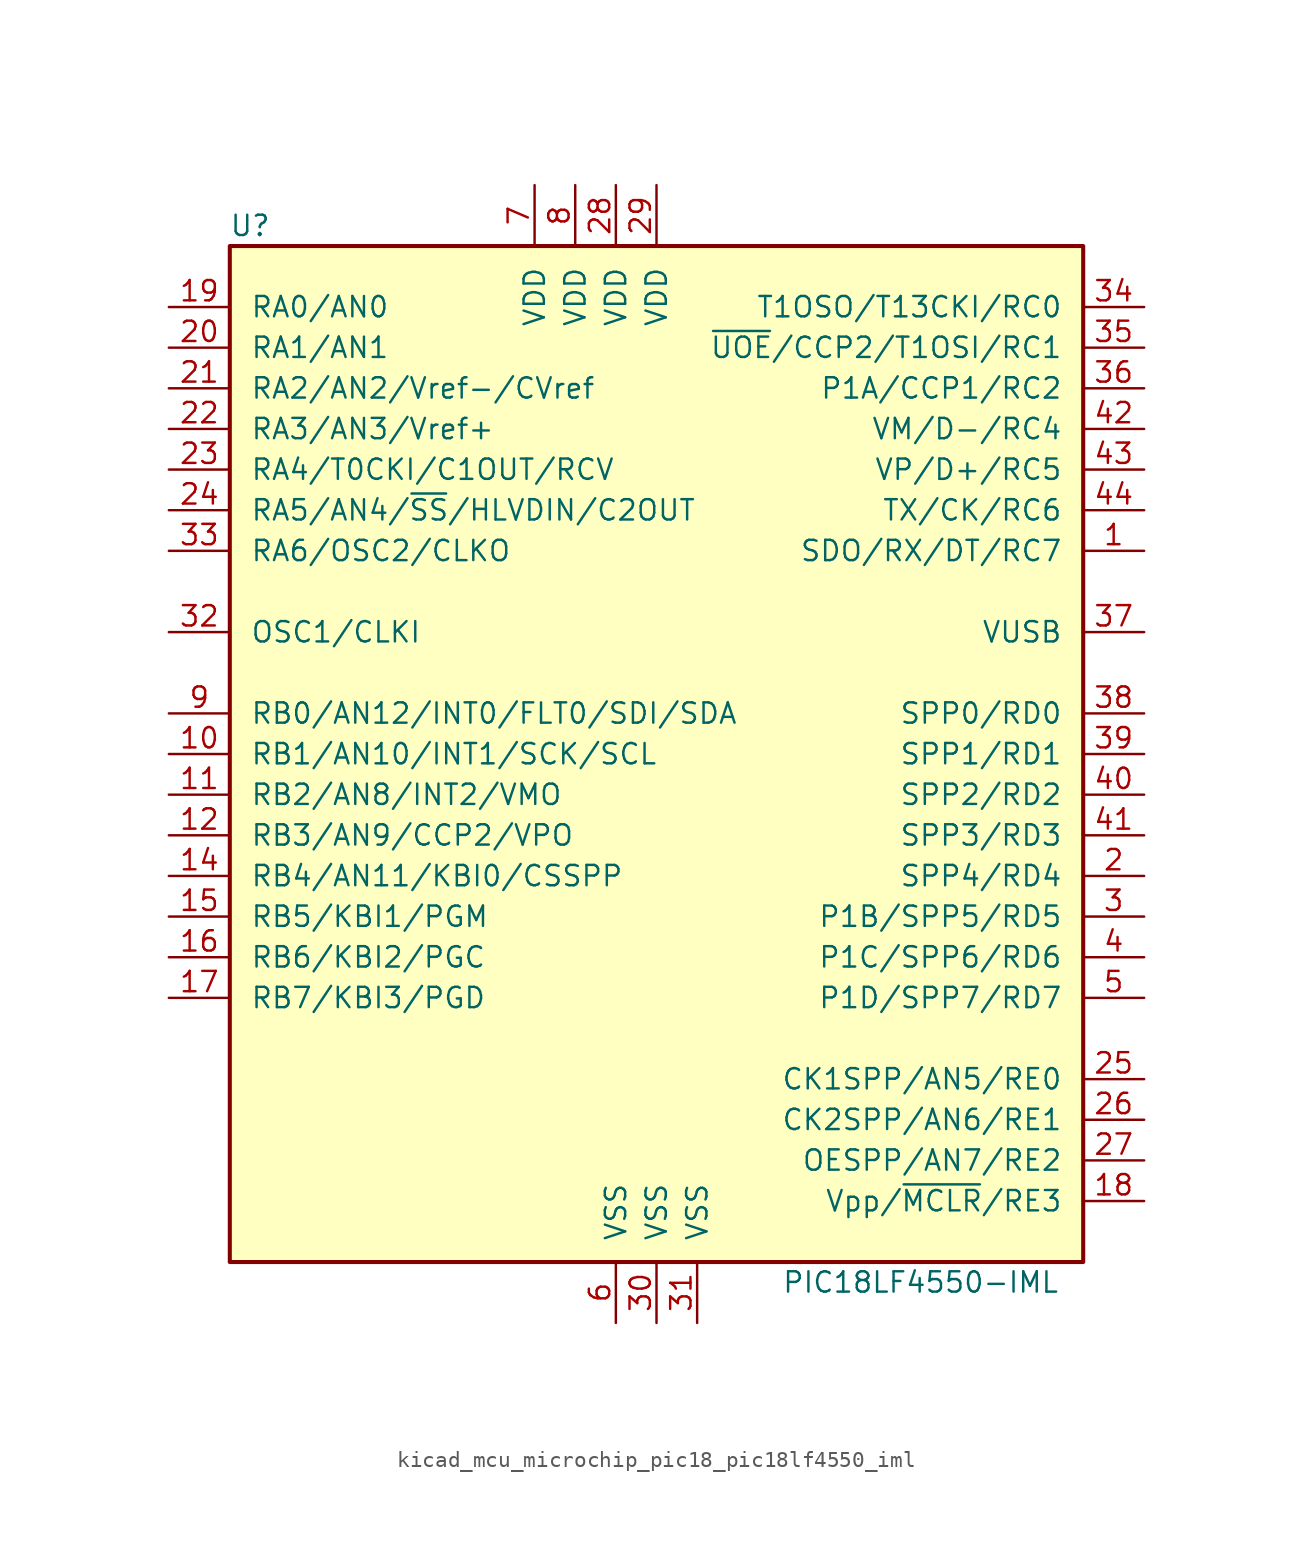
<source format=kicad_sym>
(kicad_symbol_lib
  (version 20220914)
  (generator kicad_symbol_editor)
  (symbol "kicad_mcu_microchip_pic18_pic18lf4550_iml"
    (pin_names
      (offset 1.27))
    (property "Reference" "U"
      (at -25.4 33.02 0)
      (effects (font (size 1.27 1.27))))
    (property "Value" "PIC18LF4550-IML"
      (at 16.51 -33.02 0)
      (effects (font (size 1.27 1.27))))
    (symbol "kicad_mcu_microchip_pic18_pic18lf4550_iml_0_1"
      (rectangle (start -26.67 31.75) (end 26.67 -31.75) (stroke (width 0.254) (type default)) (fill (type background))))
    (symbol "kicad_mcu_microchip_pic18_pic18lf4550_iml_1_1"
      (pin bidirectional line (at 30.48 12.7 180) (length 3.81) (name "SDO/RX/DT/RC7" (effects (font (size 1.27 1.27)))) (number "1" (effects (font (size 1.27 1.27)))))
      (pin bidirectional line (at -30.48 0 0) (length 3.81) (name "RB1/AN10/INT1/SCK/SCL" (effects (font (size 1.27 1.27)))) (number "10" (effects (font (size 1.27 1.27)))))
      (pin bidirectional line (at -30.48 -2.54 0) (length 3.81) (name "RB2/AN8/INT2/VMO" (effects (font (size 1.27 1.27)))) (number "11" (effects (font (size 1.27 1.27)))))
      (pin bidirectional line (at -30.48 -5.08 0) (length 3.81) (name "RB3/AN9/CCP2/VPO" (effects (font (size 1.27 1.27)))) (number "12" (effects (font (size 1.27 1.27)))))
      (pin no_connect line (at -7.62 -31.75 90) (length 3.81) hide (name "NC" (effects (font (size 1.27 1.27)))) (number "13" (effects (font (size 1.27 1.27)))))
      (pin bidirectional line (at -30.48 -7.62 0) (length 3.81) (name "RB4/AN11/KBI0/CSSPP" (effects (font (size 1.27 1.27)))) (number "14" (effects (font (size 1.27 1.27)))))
      (pin bidirectional line (at -30.48 -10.16 0) (length 3.81) (name "RB5/KBI1/PGM" (effects (font (size 1.27 1.27)))) (number "15" (effects (font (size 1.27 1.27)))))
      (pin bidirectional line (at -30.48 -12.7 0) (length 3.81) (name "RB6/KBI2/PGC" (effects (font (size 1.27 1.27)))) (number "16" (effects (font (size 1.27 1.27)))))
      (pin bidirectional line (at -30.48 -15.24 0) (length 3.81) (name "RB7/KBI3/PGD" (effects (font (size 1.27 1.27)))) (number "17" (effects (font (size 1.27 1.27)))))
      (pin input line (at 30.48 -27.94 180) (length 3.81) (name "Vpp/~{MCLR}/RE3" (effects (font (size 1.27 1.27)))) (number "18" (effects (font (size 1.27 1.27)))))
      (pin bidirectional line (at -30.48 27.94 0) (length 3.81) (name "RA0/AN0" (effects (font (size 1.27 1.27)))) (number "19" (effects (font (size 1.27 1.27)))))
      (pin bidirectional line (at 30.48 -7.62 180) (length 3.81) (name "SPP4/RD4" (effects (font (size 1.27 1.27)))) (number "2" (effects (font (size 1.27 1.27)))))
      (pin bidirectional line (at -30.48 25.4 0) (length 3.81) (name "RA1/AN1" (effects (font (size 1.27 1.27)))) (number "20" (effects (font (size 1.27 1.27)))))
      (pin bidirectional line (at -30.48 22.86 0) (length 3.81) (name "RA2/AN2/Vref-/CVref" (effects (font (size 1.27 1.27)))) (number "21" (effects (font (size 1.27 1.27)))))
      (pin bidirectional line (at -30.48 20.32 0) (length 3.81) (name "RA3/AN3/Vref+" (effects (font (size 1.27 1.27)))) (number "22" (effects (font (size 1.27 1.27)))))
      (pin bidirectional line (at -30.48 17.78 0) (length 3.81) (name "RA4/T0CKI/C1OUT/RCV" (effects (font (size 1.27 1.27)))) (number "23" (effects (font (size 1.27 1.27)))))
      (pin bidirectional line (at -30.48 15.24 0) (length 3.81) (name "RA5/AN4/~{SS}/HLVDIN/C2OUT" (effects (font (size 1.27 1.27)))) (number "24" (effects (font (size 1.27 1.27)))))
      (pin bidirectional line (at 30.48 -20.32 180) (length 3.81) (name "CK1SPP/AN5/RE0" (effects (font (size 1.27 1.27)))) (number "25" (effects (font (size 1.27 1.27)))))
      (pin bidirectional line (at 30.48 -22.86 180) (length 3.81) (name "CK2SPP/AN6/RE1" (effects (font (size 1.27 1.27)))) (number "26" (effects (font (size 1.27 1.27)))))
      (pin bidirectional line (at 30.48 -25.4 180) (length 3.81) (name "OESPP/AN7/RE2" (effects (font (size 1.27 1.27)))) (number "27" (effects (font (size 1.27 1.27)))))
      (pin power_in line (at -2.54 35.56 270) (length 3.81) (name "VDD" (effects (font (size 1.27 1.27)))) (number "28" (effects (font (size 1.27 1.27)))))
      (pin power_in line (at 0 35.56 270) (length 3.81) (name "VDD" (effects (font (size 1.27 1.27)))) (number "29" (effects (font (size 1.27 1.27)))))
      (pin bidirectional line (at 30.48 -10.16 180) (length 3.81) (name "P1B/SPP5/RD5" (effects (font (size 1.27 1.27)))) (number "3" (effects (font (size 1.27 1.27)))))
      (pin power_in line (at 0 -35.56 90) (length 3.81) (name "VSS" (effects (font (size 1.27 1.27)))) (number "30" (effects (font (size 1.27 1.27)))))
      (pin power_in line (at 2.54 -35.56 90) (length 3.81) (name "VSS" (effects (font (size 1.27 1.27)))) (number "31" (effects (font (size 1.27 1.27)))))
      (pin input line (at -30.48 7.62 0) (length 3.81) (name "OSC1/CLKI" (effects (font (size 1.27 1.27)))) (number "32" (effects (font (size 1.27 1.27)))))
      (pin output line (at -30.48 12.7 0) (length 3.81) (name "RA6/OSC2/CLKO" (effects (font (size 1.27 1.27)))) (number "33" (effects (font (size 1.27 1.27)))))
      (pin bidirectional line (at 30.48 27.94 180) (length 3.81) (name "T1OSO/T13CKI/RC0" (effects (font (size 1.27 1.27)))) (number "34" (effects (font (size 1.27 1.27)))))
      (pin bidirectional line (at 30.48 25.4 180) (length 3.81) (name "~{UOE}/CCP2/T1OSI/RC1" (effects (font (size 1.27 1.27)))) (number "35" (effects (font (size 1.27 1.27)))))
      (pin bidirectional line (at 30.48 22.86 180) (length 3.81) (name "P1A/CCP1/RC2" (effects (font (size 1.27 1.27)))) (number "36" (effects (font (size 1.27 1.27)))))
      (pin bidirectional line (at 30.48 7.62 180) (length 3.81) (name "VUSB" (effects (font (size 1.27 1.27)))) (number "37" (effects (font (size 1.27 1.27)))))
      (pin bidirectional line (at 30.48 2.54 180) (length 3.81) (name "SPP0/RD0" (effects (font (size 1.27 1.27)))) (number "38" (effects (font (size 1.27 1.27)))))
      (pin bidirectional line (at 30.48 0 180) (length 3.81) (name "SPP1/RD1" (effects (font (size 1.27 1.27)))) (number "39" (effects (font (size 1.27 1.27)))))
      (pin bidirectional line (at 30.48 -12.7 180) (length 3.81) (name "P1C/SPP6/RD6" (effects (font (size 1.27 1.27)))) (number "4" (effects (font (size 1.27 1.27)))))
      (pin bidirectional line (at 30.48 -2.54 180) (length 3.81) (name "SPP2/RD2" (effects (font (size 1.27 1.27)))) (number "40" (effects (font (size 1.27 1.27)))))
      (pin bidirectional line (at 30.48 -5.08 180) (length 3.81) (name "SPP3/RD3" (effects (font (size 1.27 1.27)))) (number "41" (effects (font (size 1.27 1.27)))))
      (pin bidirectional line (at 30.48 20.32 180) (length 3.81) (name "VM/D-/RC4" (effects (font (size 1.27 1.27)))) (number "42" (effects (font (size 1.27 1.27)))))
      (pin bidirectional line (at 30.48 17.78 180) (length 3.81) (name "VP/D+/RC5" (effects (font (size 1.27 1.27)))) (number "43" (effects (font (size 1.27 1.27)))))
      (pin bidirectional line (at 30.48 15.24 180) (length 3.81) (name "TX/CK/RC6" (effects (font (size 1.27 1.27)))) (number "44" (effects (font (size 1.27 1.27)))))
      (pin bidirectional line (at 30.48 -15.24 180) (length 3.81) (name "P1D/SPP7/RD7" (effects (font (size 1.27 1.27)))) (number "5" (effects (font (size 1.27 1.27)))))
      (pin power_in line (at -2.54 -35.56 90) (length 3.81) (name "VSS" (effects (font (size 1.27 1.27)))) (number "6" (effects (font (size 1.27 1.27)))))
      (pin power_in line (at -7.62 35.56 270) (length 3.81) (name "VDD" (effects (font (size 1.27 1.27)))) (number "7" (effects (font (size 1.27 1.27)))))
      (pin power_in line (at -5.08 35.56 270) (length 3.81) (name "VDD" (effects (font (size 1.27 1.27)))) (number "8" (effects (font (size 1.27 1.27)))))
      (pin bidirectional line (at -30.48 2.54 0) (length 3.81) (name "RB0/AN12/INT0/FLT0/SDI/SDA" (effects (font (size 1.27 1.27)))) (number "9" (effects (font (size 1.27 1.27))))))))
</source>
